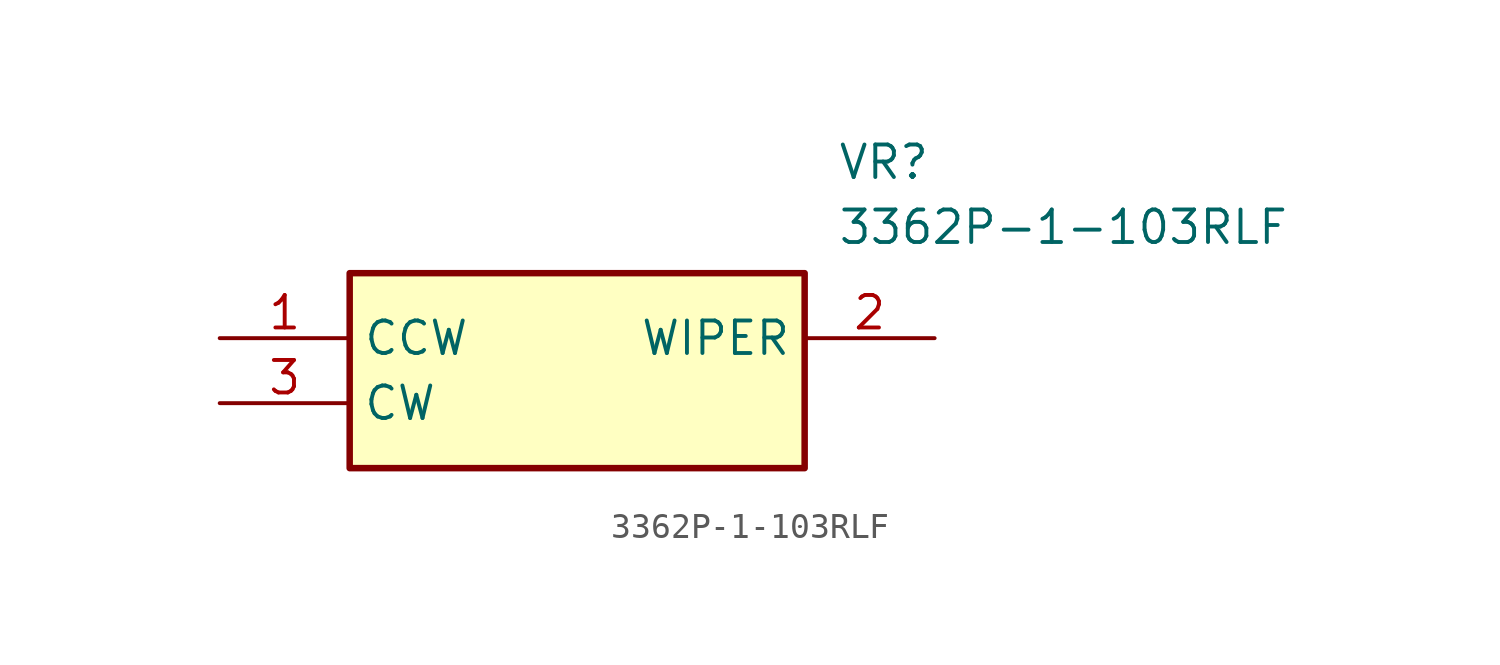
<source format=kicad_sym>
(kicad_symbol_lib
  (version 20211014)
  (generator SamacSys_ECAD_Model)
  (symbol "3362P-1-103RLF"
    (property "Reference" "VR"
      (at 24.13 7.62 0)
      (effects (font (size 1.27 1.27)) (justify left top)))
    (property "Value" "3362P-1-103RLF"
      (at 24.13 5.08 0)
      (effects (font (size 1.27 1.27)) (justify left top)))
    (rectangle
      (start 5.08 2.54)
      (end 22.86 -5.08)
      (stroke (width 0.254) (type default))
      (fill (type background)))
    (pin passive line
      (at 0 0 0)
      (length 5.08)
      (name "CCW" (effects (font (size 1.27 1.27))))
      (number "1" (effects (font (size 1.27 1.27)))))
    (pin passive line
      (at 27.94 0 180)
      (length 5.08)
      (name "WIPER" (effects (font (size 1.27 1.27))))
      (number "2" (effects (font (size 1.27 1.27)))))
    (pin passive line
      (at 0 -2.54 0)
      (length 5.08)
      (name "CW" (effects (font (size 1.27 1.27))))
      (number "3" (effects (font (size 1.27 1.27)))))))
</source>
